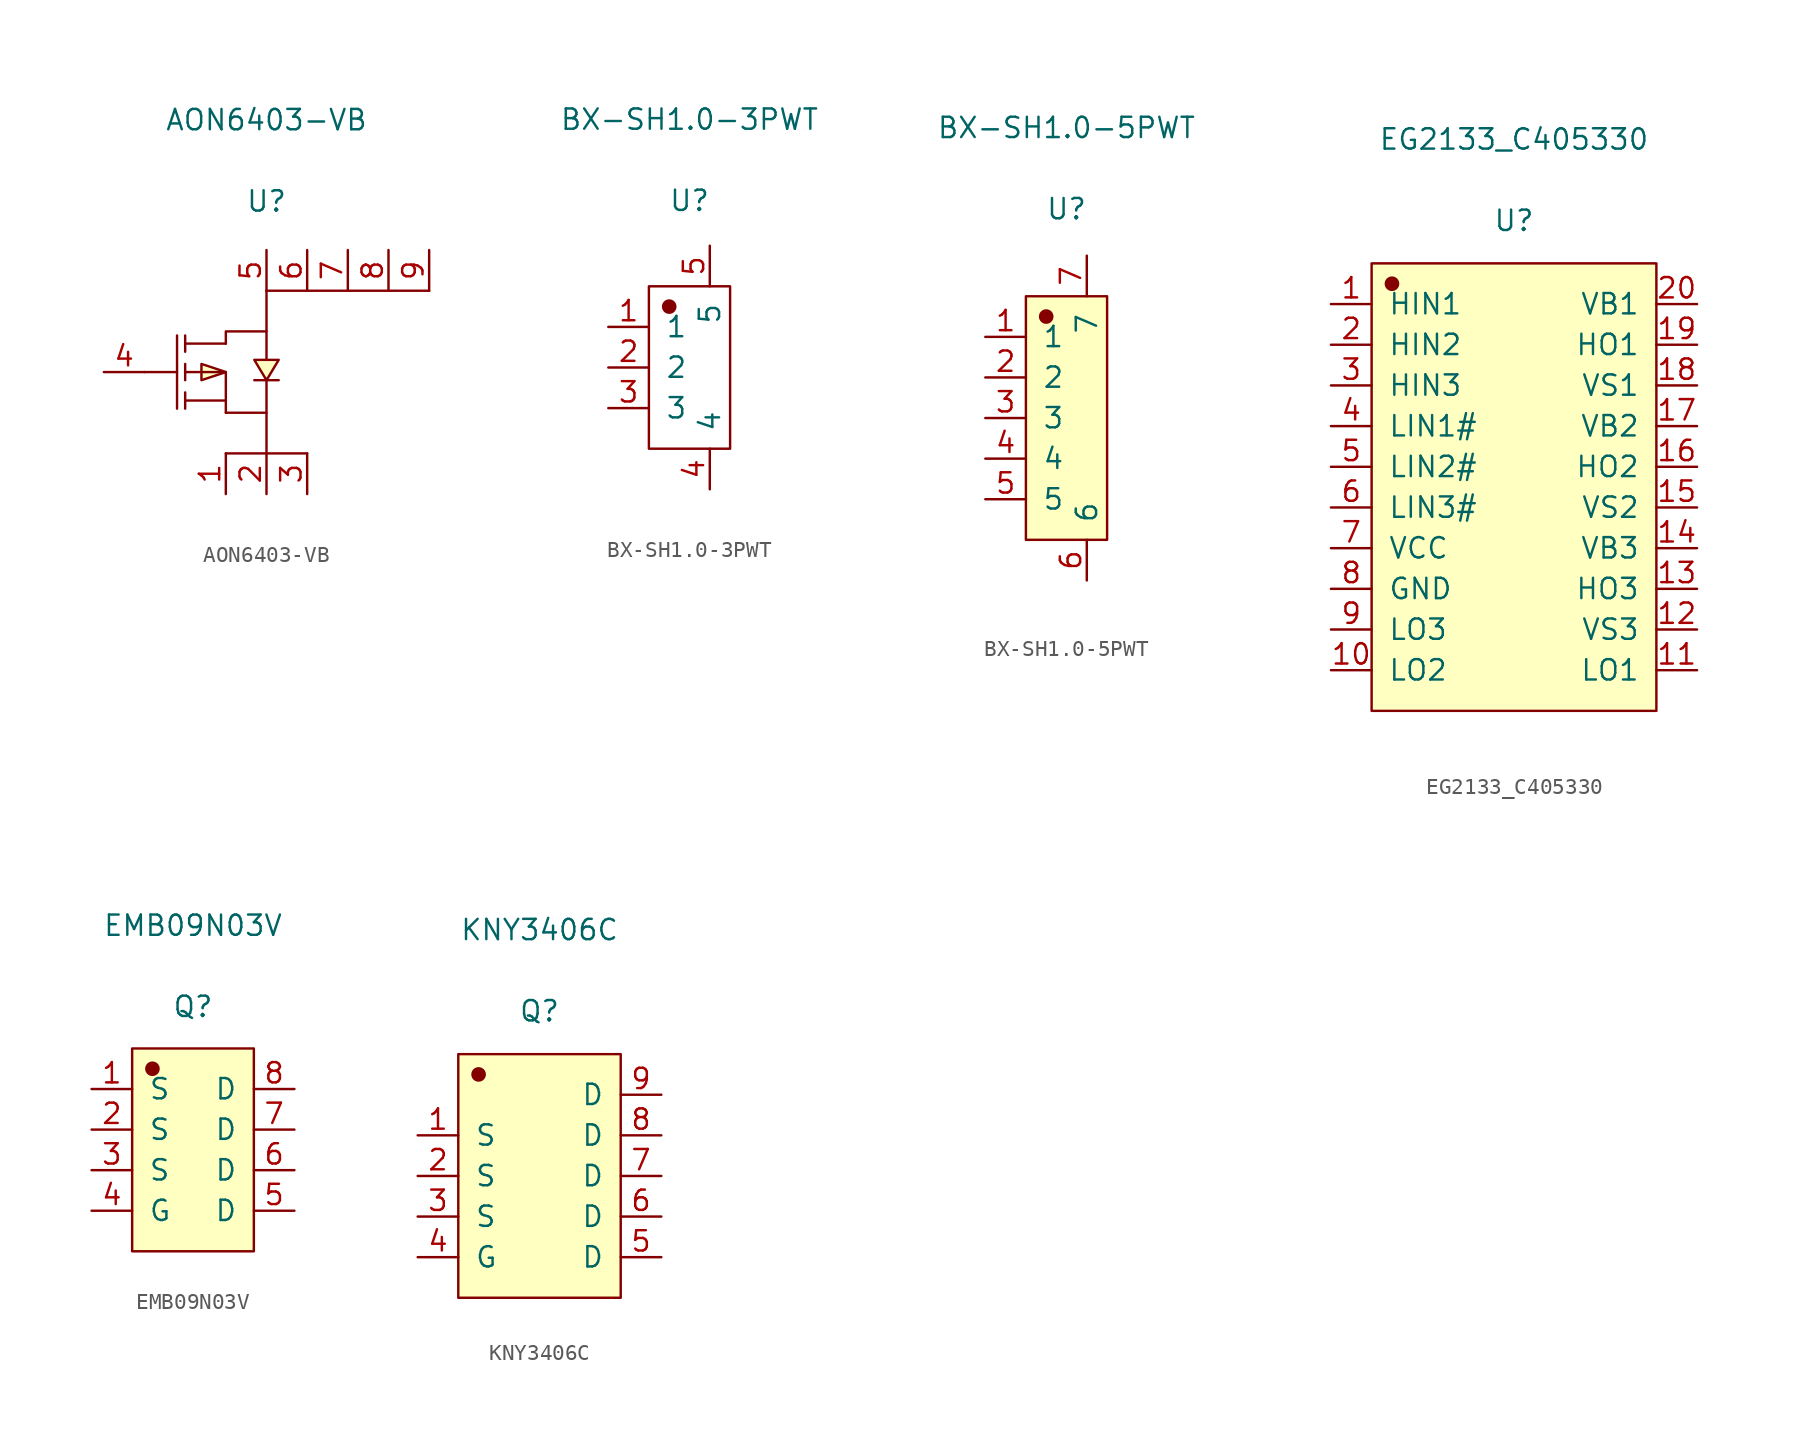
<source format=kicad_sym>
(kicad_symbol_lib
  (version 20231120)
  (generator "kicad_symbol_editor")
  (generator_version "8.0")
  (symbol "AON6403-VB"
    (pin_names
      (offset 1.016) hide)
    (property "Reference" "U"
      (at 0 10.668 0)
      (effects (font (size 1.27 1.27))))
    (property "Value" "AON6403-VB"
      (at 0 15.748 0)
      (effects (font (size 1.27 1.27))))
    (symbol "AON6403-VB_1_1"
      (polyline (pts (xy -7.62 0) (xy -5.588 0)) (stroke (width 0.152) (type solid)) (fill (type none)))
      (polyline (pts (xy -5.588 2.286) (xy -5.588 -2.286)) (stroke (width 0.152) (type solid)) (fill (type none)))
      (polyline (pts (xy -5.08 -2.286) (xy -5.08 -1.27)) (stroke (width 0.152) (type solid)) (fill (type none)))
      (polyline (pts (xy -5.08 -0.508) (xy -5.08 0.508)) (stroke (width 0.152) (type solid)) (fill (type none)))
      (polyline (pts (xy -5.08 1.27) (xy -5.08 2.286)) (stroke (width 0.152) (type solid)) (fill (type none)))
      (polyline (pts (xy -2.54 -1.778) (xy -5.08 -1.778)) (stroke (width 0.152) (type solid)) (fill (type none)))
      (polyline (pts (xy -2.54 1.778) (xy -5.08 1.778)) (stroke (width 0.152) (type solid)) (fill (type none)))
      (polyline (pts (xy 0 -5.08) (xy 0 -2.54)) (stroke (width 0.152) (type solid)) (fill (type none)))
      (polyline (pts (xy 0 2.54) (xy 0 5.08)) (stroke (width 0.152) (type solid)) (fill (type none)))
      (polyline (pts (xy 2.54 -5.08) (xy -2.54 -5.08)) (stroke (width 0.152) (type solid)) (fill (type none)))
      (polyline (pts (xy 10.16 5.08) (xy 0 5.08)) (stroke (width 0.152) (type solid)) (fill (type none)))
      (polyline (pts (xy -5.08 0) (xy -2.54 0) (xy -2.54 -2.54)) (stroke (width 0.152) (type solid)) (fill (type none)))
      (polyline (pts (xy -2.54 -2.54) (xy 0 -2.54) (xy 0 -0.508)) (stroke (width 0.152) (type solid)) (fill (type none)))
      (polyline (pts (xy -2.54 0) (xy -4.064 0.508) (xy -4.064 -0.508) (xy -2.54 0)) (stroke (width 0.152) (type solid)) (fill (type background)))
      (polyline (pts (xy -2.54 1.778) (xy -2.54 2.54) (xy 0 2.54) (xy 0 0.762)) (stroke (width 0.152) (type solid)) (fill (type none)))
      (polyline (pts (xy 0 -0.508) (xy 0.762 0.762) (xy -0.762 0.762) (xy 0 -0.508)) (stroke (width 0.152) (type solid)) (fill (type background)))
      (polyline (pts (xy 0.762 -0.508) (xy 0.508 -0.508) (xy -0.508 -0.508) (xy -0.762 -0.508)) (stroke (width 0.152) (type solid)) (fill (type none)))
      (pin input line (at -2.54 -7.62 90) (length 2.54) (name "S" (effects (font (size 1.27 1.27)))) (number "1" (effects (font (size 1.27 1.27)))))
      (pin input line (at 0 -7.62 90) (length 2.54) (name "S" (effects (font (size 1.27 1.27)))) (number "2" (effects (font (size 1.27 1.27)))))
      (pin input line (at 2.54 -7.62 90) (length 2.54) (name "S" (effects (font (size 1.27 1.27)))) (number "3" (effects (font (size 1.27 1.27)))))
      (pin input line (at -10.16 0 0) (length 2.54) (name "G" (effects (font (size 1.27 1.27)))) (number "4" (effects (font (size 1.27 1.27)))))
      (pin input line (at 0 7.62 270) (length 2.54) (name "D" (effects (font (size 1.27 1.27)))) (number "5" (effects (font (size 1.27 1.27)))))
      (pin input line (at 2.54 7.62 270) (length 2.54) (name "D" (effects (font (size 1.27 1.27)))) (number "6" (effects (font (size 1.27 1.27)))))
      (pin input line (at 5.08 7.62 270) (length 2.54) (name "D" (effects (font (size 1.27 1.27)))) (number "7" (effects (font (size 1.27 1.27)))))
      (pin input line (at 7.62 7.62 270) (length 2.54) (name "D" (effects (font (size 1.27 1.27)))) (number "8" (effects (font (size 1.27 1.27)))))
      (pin input line (at 10.16 7.62 270) (length 2.54) (name "D" (effects (font (size 1.27 1.27)))) (number "9" (effects (font (size 1.27 1.27)))))))
  (symbol "BX-SH1.0-3PWT"
    (pin_names
      (offset 1.016))
    (property "Reference" "U"
      (at 0 10.439 0)
      (effects (font (size 1.27 1.27))))
    (property "Value" "BX-SH1.0-3PWT"
      (at 0 15.519 0)
      (effects (font (size 1.27 1.27))))
    (symbol "BX-SH1.0-3PWT_1_1"
      (rectangle (start -2.54 5.08) (end 2.54 -5.08) (stroke (width 0.152) (type solid)) (fill (type none)))
      (circle (center -1.27 3.81) (radius 0.381) (stroke (width 0.152) (type solid)) (fill (type outline)))
      (pin input line (at -5.08 2.54 0) (length 2.54) (name "1" (effects (font (size 1.27 1.27)))) (number "1" (effects (font (size 1.27 1.27)))))
      (pin input line (at -5.08 0 0) (length 2.54) (name "2" (effects (font (size 1.27 1.27)))) (number "2" (effects (font (size 1.27 1.27)))))
      (pin input line (at -5.08 -2.54 0) (length 2.54) (name "3" (effects (font (size 1.27 1.27)))) (number "3" (effects (font (size 1.27 1.27)))))
      (pin input line (at 1.27 -7.62 90) (length 2.54) (name "4" (effects (font (size 1.27 1.27)))) (number "4" (effects (font (size 1.27 1.27)))))
      (pin input line (at 1.27 7.62 270) (length 2.54) (name "5" (effects (font (size 1.27 1.27)))) (number "5" (effects (font (size 1.27 1.27)))))))
  (symbol "BX-SH1.0-5PWT"
    (pin_names
      (offset 1.016))
    (property "Reference" "U"
      (at 0 13.081 0)
      (effects (font (size 1.27 1.27))))
    (property "Value" "BX-SH1.0-5PWT"
      (at 0 18.161 0)
      (effects (font (size 1.27 1.27))))
    (symbol "BX-SH1.0-5PWT_1_1"
      (rectangle (start -2.54 7.62) (end 2.54 -7.62) (stroke (width 0.152) (type solid)) (fill (type background)))
      (circle (center -1.27 6.35) (radius 0.381) (stroke (width 0.152) (type solid)) (fill (type outline)))
      (pin input line (at -5.08 5.08 0) (length 2.54) (name "1" (effects (font (size 1.27 1.27)))) (number "1" (effects (font (size 1.27 1.27)))))
      (pin input line (at -5.08 2.54 0) (length 2.54) (name "2" (effects (font (size 1.27 1.27)))) (number "2" (effects (font (size 1.27 1.27)))))
      (pin input line (at -5.08 0 0) (length 2.54) (name "3" (effects (font (size 1.27 1.27)))) (number "3" (effects (font (size 1.27 1.27)))))
      (pin input line (at -5.08 -2.54 0) (length 2.54) (name "4" (effects (font (size 1.27 1.27)))) (number "4" (effects (font (size 1.27 1.27)))))
      (pin input line (at -5.08 -5.08 0) (length 2.54) (name "5" (effects (font (size 1.27 1.27)))) (number "5" (effects (font (size 1.27 1.27)))))
      (pin input line (at 1.27 -10.16 90) (length 2.54) (name "6" (effects (font (size 1.27 1.27)))) (number "6" (effects (font (size 1.27 1.27)))))
      (pin input line (at 1.27 10.16 270) (length 2.54) (name "7" (effects (font (size 1.27 1.27)))) (number "7" (effects (font (size 1.27 1.27)))))))
  (symbol "EG2133_C405330"
    (pin_names
      (offset 1.016))
    (property "Reference" "U"
      (at 0 16.637 0)
      (effects (font (size 1.27 1.27))))
    (property "Value" "EG2133_C405330"
      (at 0 21.717 0)
      (effects (font (size 1.27 1.27))))
    (symbol "EG2133_C405330_1_1"
      (rectangle (start -8.89 13.97) (end 8.89 -13.97) (stroke (width 0.152) (type solid)) (fill (type background)))
      (circle (center -7.62 12.7) (radius 0.381) (stroke (width 0.152) (type solid)) (fill (type outline)))
      (pin input line (at -11.43 11.43 0) (length 2.54) (name "HIN1" (effects (font (size 1.27 1.27)))) (number "1" (effects (font (size 1.27 1.27)))))
      (pin input line (at -11.43 -11.43 0) (length 2.54) (name "LO2" (effects (font (size 1.27 1.27)))) (number "10" (effects (font (size 1.27 1.27)))))
      (pin input line (at 11.43 -11.43 180) (length 2.54) (name "LO1" (effects (font (size 1.27 1.27)))) (number "11" (effects (font (size 1.27 1.27)))))
      (pin input line (at 11.43 -8.89 180) (length 2.54) (name "VS3" (effects (font (size 1.27 1.27)))) (number "12" (effects (font (size 1.27 1.27)))))
      (pin input line (at 11.43 -6.35 180) (length 2.54) (name "HO3" (effects (font (size 1.27 1.27)))) (number "13" (effects (font (size 1.27 1.27)))))
      (pin input line (at 11.43 -3.81 180) (length 2.54) (name "VB3" (effects (font (size 1.27 1.27)))) (number "14" (effects (font (size 1.27 1.27)))))
      (pin input line (at 11.43 -1.27 180) (length 2.54) (name "VS2" (effects (font (size 1.27 1.27)))) (number "15" (effects (font (size 1.27 1.27)))))
      (pin input line (at 11.43 1.27 180) (length 2.54) (name "HO2" (effects (font (size 1.27 1.27)))) (number "16" (effects (font (size 1.27 1.27)))))
      (pin input line (at 11.43 3.81 180) (length 2.54) (name "VB2" (effects (font (size 1.27 1.27)))) (number "17" (effects (font (size 1.27 1.27)))))
      (pin input line (at 11.43 6.35 180) (length 2.54) (name "VS1" (effects (font (size 1.27 1.27)))) (number "18" (effects (font (size 1.27 1.27)))))
      (pin input line (at 11.43 8.89 180) (length 2.54) (name "HO1" (effects (font (size 1.27 1.27)))) (number "19" (effects (font (size 1.27 1.27)))))
      (pin input line (at -11.43 8.89 0) (length 2.54) (name "HIN2" (effects (font (size 1.27 1.27)))) (number "2" (effects (font (size 1.27 1.27)))))
      (pin input line (at 11.43 11.43 180) (length 2.54) (name "VB1" (effects (font (size 1.27 1.27)))) (number "20" (effects (font (size 1.27 1.27)))))
      (pin input line (at -11.43 6.35 0) (length 2.54) (name "HIN3" (effects (font (size 1.27 1.27)))) (number "3" (effects (font (size 1.27 1.27)))))
      (pin input line (at -11.43 3.81 0) (length 2.54) (name "LIN1#" (effects (font (size 1.27 1.27)))) (number "4" (effects (font (size 1.27 1.27)))))
      (pin input line (at -11.43 1.27 0) (length 2.54) (name "LIN2#" (effects (font (size 1.27 1.27)))) (number "5" (effects (font (size 1.27 1.27)))))
      (pin input line (at -11.43 -1.27 0) (length 2.54) (name "LIN3#" (effects (font (size 1.27 1.27)))) (number "6" (effects (font (size 1.27 1.27)))))
      (pin input line (at -11.43 -3.81 0) (length 2.54) (name "VCC" (effects (font (size 1.27 1.27)))) (number "7" (effects (font (size 1.27 1.27)))))
      (pin input line (at -11.43 -6.35 0) (length 2.54) (name "GND" (effects (font (size 1.27 1.27)))) (number "8" (effects (font (size 1.27 1.27)))))
      (pin input line (at -11.43 -8.89 0) (length 2.54) (name "LO3" (effects (font (size 1.27 1.27)))) (number "9" (effects (font (size 1.27 1.27)))))))
  (symbol "EMB09N03V"
    (pin_names
      (offset 1.016))
    (property "Reference" "Q"
      (at 0 8.966 0)
      (effects (font (size 1.27 1.27))))
    (property "Value" "EMB09N03V"
      (at 0 14.046 0)
      (effects (font (size 1.27 1.27))))
    (symbol "EMB09N03V_1_1"
      (rectangle (start -3.81 6.35) (end 3.81 -6.35) (stroke (width 0.152) (type solid)) (fill (type background)))
      (circle (center -2.54 5.08) (radius 0.381) (stroke (width 0.152) (type solid)) (fill (type outline)))
      (pin input line (at -6.35 3.81 0) (length 2.54) (name "S" (effects (font (size 1.27 1.27)))) (number "1" (effects (font (size 1.27 1.27)))))
      (pin input line (at -6.35 1.27 0) (length 2.54) (name "S" (effects (font (size 1.27 1.27)))) (number "2" (effects (font (size 1.27 1.27)))))
      (pin input line (at -6.35 -1.27 0) (length 2.54) (name "S" (effects (font (size 1.27 1.27)))) (number "3" (effects (font (size 1.27 1.27)))))
      (pin input line (at -6.35 -3.81 0) (length 2.54) (name "G" (effects (font (size 1.27 1.27)))) (number "4" (effects (font (size 1.27 1.27)))))
      (pin input line (at 6.35 -3.81 180) (length 2.54) (name "D" (effects (font (size 1.27 1.27)))) (number "5" (effects (font (size 1.27 1.27)))))
      (pin input line (at 6.35 -1.27 180) (length 2.54) (name "D" (effects (font (size 1.27 1.27)))) (number "6" (effects (font (size 1.27 1.27)))))
      (pin input line (at 6.35 1.27 180) (length 2.54) (name "D" (effects (font (size 1.27 1.27)))) (number "7" (effects (font (size 1.27 1.27)))))
      (pin input line (at 6.35 3.81 180) (length 2.54) (name "D" (effects (font (size 1.27 1.27)))) (number "8" (effects (font (size 1.27 1.27)))))))
  (symbol "KNY3406C"
    (pin_names
      (offset 1.016))
    (property "Reference" "Q"
      (at 0 10.312 0)
      (effects (font (size 1.27 1.27))))
    (property "Value" "KNY3406C"
      (at 0 15.392 0)
      (effects (font (size 1.27 1.27))))
    (symbol "KNY3406C_1_1"
      (rectangle (start -5.08 7.62) (end 5.08 -7.62) (stroke (width 0.152) (type solid)) (fill (type background)))
      (circle (center -3.81 6.35) (radius 0.381) (stroke (width 0.152) (type solid)) (fill (type outline)))
      (pin input line (at -7.62 2.54 0) (length 2.54) (name "S" (effects (font (size 1.27 1.27)))) (number "1" (effects (font (size 1.27 1.27)))))
      (pin input line (at -7.62 0 0) (length 2.54) (name "S" (effects (font (size 1.27 1.27)))) (number "2" (effects (font (size 1.27 1.27)))))
      (pin input line (at -7.62 -2.54 0) (length 2.54) (name "S" (effects (font (size 1.27 1.27)))) (number "3" (effects (font (size 1.27 1.27)))))
      (pin input line (at -7.62 -5.08 0) (length 2.54) (name "G" (effects (font (size 1.27 1.27)))) (number "4" (effects (font (size 1.27 1.27)))))
      (pin input line (at 7.62 -5.08 180) (length 2.54) (name "D" (effects (font (size 1.27 1.27)))) (number "5" (effects (font (size 1.27 1.27)))))
      (pin input line (at 7.62 -2.54 180) (length 2.54) (name "D" (effects (font (size 1.27 1.27)))) (number "6" (effects (font (size 1.27 1.27)))))
      (pin input line (at 7.62 0 180) (length 2.54) (name "D" (effects (font (size 1.27 1.27)))) (number "7" (effects (font (size 1.27 1.27)))))
      (pin input line (at 7.62 2.54 180) (length 2.54) (name "D" (effects (font (size 1.27 1.27)))) (number "8" (effects (font (size 1.27 1.27)))))
      (pin input line (at 7.62 5.08 180) (length 2.54) (name "D" (effects (font (size 1.27 1.27)))) (number "9" (effects (font (size 1.27 1.27))))))))
</source>
